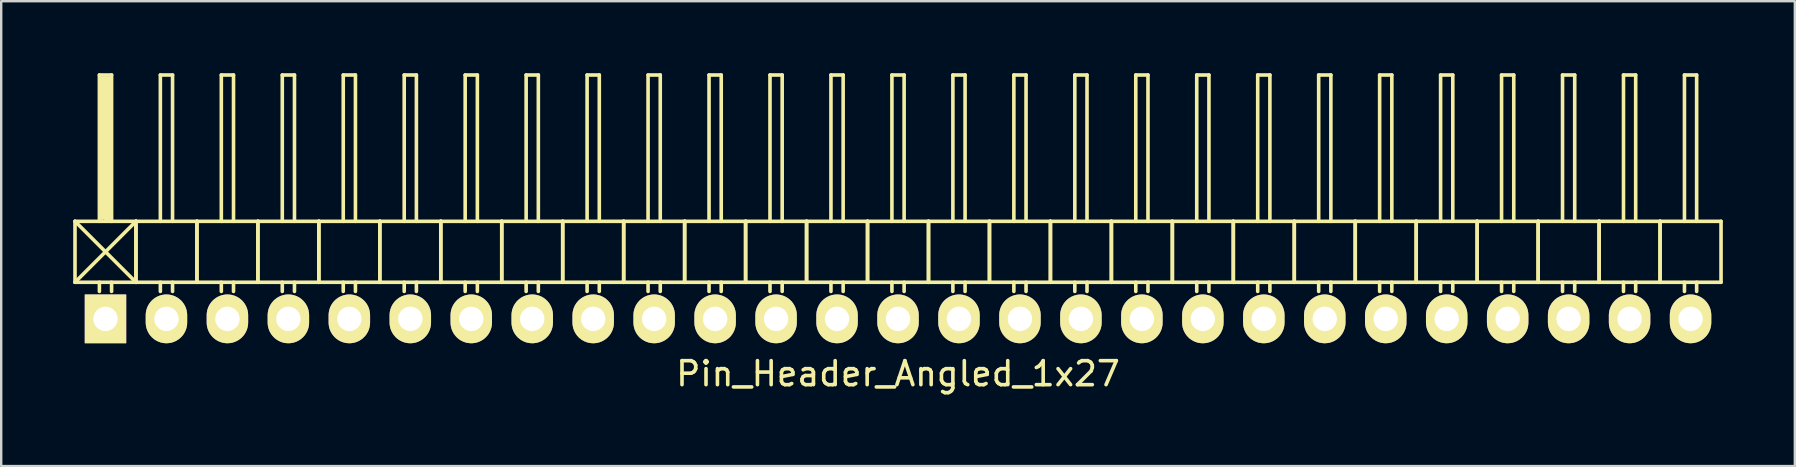
<source format=kicad_pcb>
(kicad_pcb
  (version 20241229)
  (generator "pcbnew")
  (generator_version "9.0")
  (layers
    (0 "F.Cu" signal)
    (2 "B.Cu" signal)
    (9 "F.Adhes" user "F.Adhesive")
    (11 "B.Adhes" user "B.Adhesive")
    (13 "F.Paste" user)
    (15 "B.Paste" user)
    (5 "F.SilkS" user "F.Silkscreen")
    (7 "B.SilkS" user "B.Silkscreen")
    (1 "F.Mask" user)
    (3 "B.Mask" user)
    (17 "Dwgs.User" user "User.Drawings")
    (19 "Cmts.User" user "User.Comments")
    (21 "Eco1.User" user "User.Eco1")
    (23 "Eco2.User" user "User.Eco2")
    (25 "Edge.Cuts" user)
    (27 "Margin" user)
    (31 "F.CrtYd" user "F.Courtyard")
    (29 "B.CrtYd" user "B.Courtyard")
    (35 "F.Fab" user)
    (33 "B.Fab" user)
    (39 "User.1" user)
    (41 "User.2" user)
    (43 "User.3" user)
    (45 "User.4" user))
  (footprint "Pin_Header_Angled_1x27"
    (layer "F.Cu")
    (at 34.365 10.235)
    (property "Reference" "Pin_Header_Angled_1x27" (at 0 2.286 0) (layer "F.SilkS") (effects (font (size 1 1) (thickness 0.15))))
    (attr through_hole)
    (fp_line (start -34.29 -4.064) (end -31.75 -1.524) (stroke (width 0.15) (type solid)) (layer "F.SilkS"))
    (fp_line (start -34.29 -1.524) (end -34.29 -4.064) (stroke (width 0.15) (type solid)) (layer "F.SilkS"))
    (fp_line (start -34.29 -1.524) (end -31.75 -1.524) (stroke (width 0.15) (type solid)) (layer "F.SilkS"))
    (fp_line (start -33.274 -10.16) (end -32.766 -10.16) (stroke (width 0.15) (type solid)) (layer "F.SilkS"))
    (fp_line (start -33.274 -4.064) (end -33.274 -10.16) (stroke (width 0.15) (type solid)) (layer "F.SilkS"))
    (fp_line (start -33.274 -1.524) (end -33.274 -1.143) (stroke (width 0.15) (type solid)) (layer "F.SilkS"))
    (fp_line (start -33.147 -10.033) (end -32.893 -10.033) (stroke (width 0.15) (type solid)) (layer "F.SilkS"))
    (fp_line (start -33.147 -4.191) (end -33.147 -10.033) (stroke (width 0.15) (type solid)) (layer "F.SilkS"))
    (fp_line (start -33.02 -4.191) (end -33.02 -10.033) (stroke (width 0.15) (type solid)) (layer "F.SilkS"))
    (fp_line (start -32.893 -10.033) (end -32.893 -4.191) (stroke (width 0.15) (type solid)) (layer "F.SilkS"))
    (fp_line (start -32.893 -4.191) (end -33.02 -4.191) (stroke (width 0.15) (type solid)) (layer "F.SilkS"))
    (fp_line (start -32.766 -10.16) (end -32.766 -4.064) (stroke (width 0.15) (type solid)) (layer "F.SilkS"))
    (fp_line (start -32.766 -1.524) (end -32.766 -1.143) (stroke (width 0.15) (type solid)) (layer "F.SilkS"))
    (fp_line (start -31.75 -4.064) (end -34.29 -4.064) (stroke (width 0.15) (type solid)) (layer "F.SilkS"))
    (fp_line (start -31.75 -4.064) (end -34.29 -1.524) (stroke (width 0.15) (type solid)) (layer "F.SilkS"))
    (fp_line (start -31.75 -1.524) (end -31.75 -4.064) (stroke (width 0.15) (type solid)) (layer "F.SilkS"))
    (fp_line (start -31.75 -1.524) (end -31.75 -4.064) (stroke (width 0.15) (type solid)) (layer "F.SilkS"))
    (fp_line (start -31.75 -1.524) (end -29.21 -1.524) (stroke (width 0.15) (type solid)) (layer "F.SilkS"))
    (fp_line (start -30.734 -10.16) (end -30.226 -10.16) (stroke (width 0.15) (type solid)) (layer "F.SilkS"))
    (fp_line (start -30.734 -4.064) (end -30.734 -10.16) (stroke (width 0.15) (type solid)) (layer "F.SilkS"))
    (fp_line (start -30.734 -1.524) (end -30.734 -1.143) (stroke (width 0.15) (type solid)) (layer "F.SilkS"))
    (fp_line (start -30.226 -10.16) (end -30.226 -4.064) (stroke (width 0.15) (type solid)) (layer "F.SilkS"))
    (fp_line (start -30.226 -1.524) (end -30.226 -1.143) (stroke (width 0.15) (type solid)) (layer "F.SilkS"))
    (fp_line (start -29.21 -4.064) (end -31.75 -4.064) (stroke (width 0.15) (type solid)) (layer "F.SilkS"))
    (fp_line (start -29.21 -1.524) (end -29.21 -4.064) (stroke (width 0.15) (type solid)) (layer "F.SilkS"))
    (fp_line (start -29.21 -1.524) (end -29.21 -4.064) (stroke (width 0.15) (type solid)) (layer "F.SilkS"))
    (fp_line (start -29.21 -1.524) (end -26.67 -1.524) (stroke (width 0.15) (type solid)) (layer "F.SilkS"))
    (fp_line (start -28.194 -10.16) (end -27.686 -10.16) (stroke (width 0.15) (type solid)) (layer "F.SilkS"))
    (fp_line (start -28.194 -4.064) (end -28.194 -10.16) (stroke (width 0.15) (type solid)) (layer "F.SilkS"))
    (fp_line (start -28.194 -1.524) (end -28.194 -1.143) (stroke (width 0.15) (type solid)) (layer "F.SilkS"))
    (fp_line (start -27.686 -10.16) (end -27.686 -4.064) (stroke (width 0.15) (type solid)) (layer "F.SilkS"))
    (fp_line (start -27.686 -1.524) (end -27.686 -1.143) (stroke (width 0.15) (type solid)) (layer "F.SilkS"))
    (fp_line (start -26.67 -4.064) (end -29.21 -4.064) (stroke (width 0.15) (type solid)) (layer "F.SilkS"))
    (fp_line (start -26.67 -1.524) (end -26.67 -4.064) (stroke (width 0.15) (type solid)) (layer "F.SilkS"))
    (fp_line (start -26.67 -1.524) (end -26.67 -4.064) (stroke (width 0.15) (type solid)) (layer "F.SilkS"))
    (fp_line (start -26.67 -1.524) (end -24.13 -1.524) (stroke (width 0.15) (type solid)) (layer "F.SilkS"))
    (fp_line (start -25.654 -10.16) (end -25.146 -10.16) (stroke (width 0.15) (type solid)) (layer "F.SilkS"))
    (fp_line (start -25.654 -4.064) (end -25.654 -10.16) (stroke (width 0.15) (type solid)) (layer "F.SilkS"))
    (fp_line (start -25.654 -1.524) (end -25.654 -1.143) (stroke (width 0.15) (type solid)) (layer "F.SilkS"))
    (fp_line (start -25.146 -10.16) (end -25.146 -4.064) (stroke (width 0.15) (type solid)) (layer "F.SilkS"))
    (fp_line (start -25.146 -1.524) (end -25.146 -1.143) (stroke (width 0.15) (type solid)) (layer "F.SilkS"))
    (fp_line (start -24.13 -4.064) (end -26.67 -4.064) (stroke (width 0.15) (type solid)) (layer "F.SilkS"))
    (fp_line (start -24.13 -1.524) (end -24.13 -4.064) (stroke (width 0.15) (type solid)) (layer "F.SilkS"))
    (fp_line (start -24.13 -1.524) (end -24.13 -4.064) (stroke (width 0.15) (type solid)) (layer "F.SilkS"))
    (fp_line (start -24.13 -1.524) (end -21.59 -1.524) (stroke (width 0.15) (type solid)) (layer "F.SilkS"))
    (fp_line (start -23.114 -10.16) (end -22.606 -10.16) (stroke (width 0.15) (type solid)) (layer "F.SilkS"))
    (fp_line (start -23.114 -4.064) (end -23.114 -10.16) (stroke (width 0.15) (type solid)) (layer "F.SilkS"))
    (fp_line (start -23.114 -1.524) (end -23.114 -1.143) (stroke (width 0.15) (type solid)) (layer "F.SilkS"))
    (fp_line (start -22.606 -10.16) (end -22.606 -4.064) (stroke (width 0.15) (type solid)) (layer "F.SilkS"))
    (fp_line (start -22.606 -1.524) (end -22.606 -1.143) (stroke (width 0.15) (type solid)) (layer "F.SilkS"))
    (fp_line (start -21.59 -4.064) (end -24.13 -4.064) (stroke (width 0.15) (type solid)) (layer "F.SilkS"))
    (fp_line (start -21.59 -1.524) (end -21.59 -4.064) (stroke (width 0.15) (type solid)) (layer "F.SilkS"))
    (fp_line (start -21.59 -1.524) (end -21.59 -4.064) (stroke (width 0.15) (type solid)) (layer "F.SilkS"))
    (fp_line (start -21.59 -1.524) (end -19.05 -1.524) (stroke (width 0.15) (type solid)) (layer "F.SilkS"))
    (fp_line (start -20.574 -10.16) (end -20.066 -10.16) (stroke (width 0.15) (type solid)) (layer "F.SilkS"))
    (fp_line (start -20.574 -4.064) (end -20.574 -10.16) (stroke (width 0.15) (type solid)) (layer "F.SilkS"))
    (fp_line (start -20.574 -1.524) (end -20.574 -1.143) (stroke (width 0.15) (type solid)) (layer "F.SilkS"))
    (fp_line (start -20.066 -10.16) (end -20.066 -4.064) (stroke (width 0.15) (type solid)) (layer "F.SilkS"))
    (fp_line (start -20.066 -1.524) (end -20.066 -1.143) (stroke (width 0.15) (type solid)) (layer "F.SilkS"))
    (fp_line (start -19.05 -4.064) (end -21.59 -4.064) (stroke (width 0.15) (type solid)) (layer "F.SilkS"))
    (fp_line (start -19.05 -1.524) (end -19.05 -4.064) (stroke (width 0.15) (type solid)) (layer "F.SilkS"))
    (fp_line (start -19.05 -1.524) (end -19.05 -4.064) (stroke (width 0.15) (type solid)) (layer "F.SilkS"))
    (fp_line (start -19.05 -1.524) (end -16.51 -1.524) (stroke (width 0.15) (type solid)) (layer "F.SilkS"))
    (fp_line (start -18.034 -10.16) (end -17.526 -10.16) (stroke (width 0.15) (type solid)) (layer "F.SilkS"))
    (fp_line (start -18.034 -4.064) (end -18.034 -10.16) (stroke (width 0.15) (type solid)) (layer "F.SilkS"))
    (fp_line (start -18.034 -1.524) (end -18.034 -1.143) (stroke (width 0.15) (type solid)) (layer "F.SilkS"))
    (fp_line (start -17.526 -10.16) (end -17.526 -4.064) (stroke (width 0.15) (type solid)) (layer "F.SilkS"))
    (fp_line (start -17.526 -1.524) (end -17.526 -1.143) (stroke (width 0.15) (type solid)) (layer "F.SilkS"))
    (fp_line (start -16.51 -4.064) (end -19.05 -4.064) (stroke (width 0.15) (type solid)) (layer "F.SilkS"))
    (fp_line (start -16.51 -1.524) (end -16.51 -4.064) (stroke (width 0.15) (type solid)) (layer "F.SilkS"))
    (fp_line (start -16.51 -1.524) (end -16.51 -4.064) (stroke (width 0.15) (type solid)) (layer "F.SilkS"))
    (fp_line (start -16.51 -1.524) (end -13.97 -1.524) (stroke (width 0.15) (type solid)) (layer "F.SilkS"))
    (fp_line (start -15.494 -10.16) (end -14.986 -10.16) (stroke (width 0.15) (type solid)) (layer "F.SilkS"))
    (fp_line (start -15.494 -4.064) (end -15.494 -10.16) (stroke (width 0.15) (type solid)) (layer "F.SilkS"))
    (fp_line (start -15.494 -1.524) (end -15.494 -1.143) (stroke (width 0.15) (type solid)) (layer "F.SilkS"))
    (fp_line (start -14.986 -10.16) (end -14.986 -4.064) (stroke (width 0.15) (type solid)) (layer "F.SilkS"))
    (fp_line (start -14.986 -1.524) (end -14.986 -1.143) (stroke (width 0.15) (type solid)) (layer "F.SilkS"))
    (fp_line (start -13.97 -4.064) (end -16.51 -4.064) (stroke (width 0.15) (type solid)) (layer "F.SilkS"))
    (fp_line (start -13.97 -1.524) (end -13.97 -4.064) (stroke (width 0.15) (type solid)) (layer "F.SilkS"))
    (fp_line (start -13.97 -1.524) (end -13.97 -4.064) (stroke (width 0.15) (type solid)) (layer "F.SilkS"))
    (fp_line (start -13.97 -1.524) (end -11.43 -1.524) (stroke (width 0.15) (type solid)) (layer "F.SilkS"))
    (fp_line (start -12.954 -10.16) (end -12.446 -10.16) (stroke (width 0.15) (type solid)) (layer "F.SilkS"))
    (fp_line (start -12.954 -4.064) (end -12.954 -10.16) (stroke (width 0.15) (type solid)) (layer "F.SilkS"))
    (fp_line (start -12.954 -1.524) (end -12.954 -1.143) (stroke (width 0.15) (type solid)) (layer "F.SilkS"))
    (fp_line (start -12.446 -10.16) (end -12.446 -4.064) (stroke (width 0.15) (type solid)) (layer "F.SilkS"))
    (fp_line (start -12.446 -1.524) (end -12.446 -1.143) (stroke (width 0.15) (type solid)) (layer "F.SilkS"))
    (fp_line (start -11.43 -4.064) (end -13.97 -4.064) (stroke (width 0.15) (type solid)) (layer "F.SilkS"))
    (fp_line (start -11.43 -1.524) (end -11.43 -4.064) (stroke (width 0.15) (type solid)) (layer "F.SilkS"))
    (fp_line (start -11.43 -1.524) (end -11.43 -4.064) (stroke (width 0.15) (type solid)) (layer "F.SilkS"))
    (fp_line (start -11.43 -1.524) (end -8.89 -1.524) (stroke (width 0.15) (type solid)) (layer "F.SilkS"))
    (fp_line (start -10.414 -10.16) (end -9.906 -10.16) (stroke (width 0.15) (type solid)) (layer "F.SilkS"))
    (fp_line (start -10.414 -4.064) (end -10.414 -10.16) (stroke (width 0.15) (type solid)) (layer "F.SilkS"))
    (fp_line (start -10.414 -1.524) (end -10.414 -1.143) (stroke (width 0.15) (type solid)) (layer "F.SilkS"))
    (fp_line (start -9.906 -10.16) (end -9.906 -4.064) (stroke (width 0.15) (type solid)) (layer "F.SilkS"))
    (fp_line (start -9.906 -1.524) (end -9.906 -1.143) (stroke (width 0.15) (type solid)) (layer "F.SilkS"))
    (fp_line (start -8.89 -4.064) (end -11.43 -4.064) (stroke (width 0.15) (type solid)) (layer "F.SilkS"))
    (fp_line (start -8.89 -1.524) (end -8.89 -4.064) (stroke (width 0.15) (type solid)) (layer "F.SilkS"))
    (fp_line (start -8.89 -1.524) (end -8.89 -4.064) (stroke (width 0.15) (type solid)) (layer "F.SilkS"))
    (fp_line (start -8.89 -1.524) (end -6.35 -1.524) (stroke (width 0.15) (type solid)) (layer "F.SilkS"))
    (fp_line (start -7.874 -10.16) (end -7.366 -10.16) (stroke (width 0.15) (type solid)) (layer "F.SilkS"))
    (fp_line (start -7.874 -4.064) (end -7.874 -10.16) (stroke (width 0.15) (type solid)) (layer "F.SilkS"))
    (fp_line (start -7.874 -1.524) (end -7.874 -1.143) (stroke (width 0.15) (type solid)) (layer "F.SilkS"))
    (fp_line (start -7.366 -10.16) (end -7.366 -4.064) (stroke (width 0.15) (type solid)) (layer "F.SilkS"))
    (fp_line (start -7.366 -1.524) (end -7.366 -1.143) (stroke (width 0.15) (type solid)) (layer "F.SilkS"))
    (fp_line (start -6.35 -4.064) (end -8.89 -4.064) (stroke (width 0.15) (type solid)) (layer "F.SilkS"))
    (fp_line (start -6.35 -1.524) (end -6.35 -4.064) (stroke (width 0.15) (type solid)) (layer "F.SilkS"))
    (fp_line (start -6.35 -1.524) (end -6.35 -4.064) (stroke (width 0.15) (type solid)) (layer "F.SilkS"))
    (fp_line (start -6.35 -1.524) (end -3.81 -1.524) (stroke (width 0.15) (type solid)) (layer "F.SilkS"))
    (fp_line (start -5.334 -10.16) (end -4.826 -10.16) (stroke (width 0.15) (type solid)) (layer "F.SilkS"))
    (fp_line (start -5.334 -4.064) (end -5.334 -10.16) (stroke (width 0.15) (type solid)) (layer "F.SilkS"))
    (fp_line (start -5.334 -1.524) (end -5.334 -1.143) (stroke (width 0.15) (type solid)) (layer "F.SilkS"))
    (fp_line (start -4.826 -10.16) (end -4.826 -4.064) (stroke (width 0.15) (type solid)) (layer "F.SilkS"))
    (fp_line (start -4.826 -1.524) (end -4.826 -1.143) (stroke (width 0.15) (type solid)) (layer "F.SilkS"))
    (fp_line (start -3.81 -4.064) (end -6.35 -4.064) (stroke (width 0.15) (type solid)) (layer "F.SilkS"))
    (fp_line (start -3.81 -1.524) (end -3.81 -4.064) (stroke (width 0.15) (type solid)) (layer "F.SilkS"))
    (fp_line (start -3.81 -1.524) (end -3.81 -4.064) (stroke (width 0.15) (type solid)) (layer "F.SilkS"))
    (fp_line (start -3.81 -1.524) (end -1.27 -1.524) (stroke (width 0.15) (type solid)) (layer "F.SilkS"))
    (fp_line (start -2.794 -10.16) (end -2.286 -10.16) (stroke (width 0.15) (type solid)) (layer "F.SilkS"))
    (fp_line (start -2.794 -4.064) (end -2.794 -10.16) (stroke (width 0.15) (type solid)) (layer "F.SilkS"))
    (fp_line (start -2.794 -1.524) (end -2.794 -1.143) (stroke (width 0.15) (type solid)) (layer "F.SilkS"))
    (fp_line (start -2.286 -10.16) (end -2.286 -4.064) (stroke (width 0.15) (type solid)) (layer "F.SilkS"))
    (fp_line (start -2.286 -1.524) (end -2.286 -1.143) (stroke (width 0.15) (type solid)) (layer "F.SilkS"))
    (fp_line (start -1.27 -4.064) (end -3.81 -4.064) (stroke (width 0.15) (type solid)) (layer "F.SilkS"))
    (fp_line (start -1.27 -1.524) (end -1.27 -4.064) (stroke (width 0.15) (type solid)) (layer "F.SilkS"))
    (fp_line (start -1.27 -1.524) (end -1.27 -4.064) (stroke (width 0.15) (type solid)) (layer "F.SilkS"))
    (fp_line (start -1.27 -1.524) (end 1.27 -1.524) (stroke (width 0.15) (type solid)) (layer "F.SilkS"))
    (fp_line (start -0.254 -10.16) (end 0.254 -10.16) (stroke (width 0.15) (type solid)) (layer "F.SilkS"))
    (fp_line (start -0.254 -4.064) (end -0.254 -10.16) (stroke (width 0.15) (type solid)) (layer "F.SilkS"))
    (fp_line (start -0.254 -1.524) (end -0.254 -1.143) (stroke (width 0.15) (type solid)) (layer "F.SilkS"))
    (fp_line (start 0.254 -10.16) (end 0.254 -4.064) (stroke (width 0.15) (type solid)) (layer "F.SilkS"))
    (fp_line (start 0.254 -1.524) (end 0.254 -1.143) (stroke (width 0.15) (type solid)) (layer "F.SilkS"))
    (fp_line (start 1.27 -4.064) (end -1.27 -4.064) (stroke (width 0.15) (type solid)) (layer "F.SilkS"))
    (fp_line (start 1.27 -1.524) (end 1.27 -4.064) (stroke (width 0.15) (type solid)) (layer "F.SilkS"))
    (fp_line (start 1.27 -1.524) (end 1.27 -4.064) (stroke (width 0.15) (type solid)) (layer "F.SilkS"))
    (fp_line (start 1.27 -1.524) (end 3.81 -1.524) (stroke (width 0.15) (type solid)) (layer "F.SilkS"))
    (fp_line (start 2.286 -10.16) (end 2.794 -10.16) (stroke (width 0.15) (type solid)) (layer "F.SilkS"))
    (fp_line (start 2.286 -4.064) (end 2.286 -10.16) (stroke (width 0.15) (type solid)) (layer "F.SilkS"))
    (fp_line (start 2.286 -1.524) (end 2.286 -1.143) (stroke (width 0.15) (type solid)) (layer "F.SilkS"))
    (fp_line (start 2.794 -10.16) (end 2.794 -4.064) (stroke (width 0.15) (type solid)) (layer "F.SilkS"))
    (fp_line (start 2.794 -1.524) (end 2.794 -1.143) (stroke (width 0.15) (type solid)) (layer "F.SilkS"))
    (fp_line (start 3.81 -4.064) (end 1.27 -4.064) (stroke (width 0.15) (type solid)) (layer "F.SilkS"))
    (fp_line (start 3.81 -1.524) (end 3.81 -4.064) (stroke (width 0.15) (type solid)) (layer "F.SilkS"))
    (fp_line (start 3.81 -1.524) (end 3.81 -4.064) (stroke (width 0.15) (type solid)) (layer "F.SilkS"))
    (fp_line (start 3.81 -1.524) (end 6.35 -1.524) (stroke (width 0.15) (type solid)) (layer "F.SilkS"))
    (fp_line (start 4.826 -10.16) (end 5.334 -10.16) (stroke (width 0.15) (type solid)) (layer "F.SilkS"))
    (fp_line (start 4.826 -4.064) (end 4.826 -10.16) (stroke (width 0.15) (type solid)) (layer "F.SilkS"))
    (fp_line (start 4.826 -1.524) (end 4.826 -1.143) (stroke (width 0.15) (type solid)) (layer "F.SilkS"))
    (fp_line (start 5.334 -10.16) (end 5.334 -4.064) (stroke (width 0.15) (type solid)) (layer "F.SilkS"))
    (fp_line (start 5.334 -1.524) (end 5.334 -1.143) (stroke (width 0.15) (type solid)) (layer "F.SilkS"))
    (fp_line (start 6.35 -4.064) (end 3.81 -4.064) (stroke (width 0.15) (type solid)) (layer "F.SilkS"))
    (fp_line (start 6.35 -1.524) (end 6.35 -4.064) (stroke (width 0.15) (type solid)) (layer "F.SilkS"))
    (fp_line (start 6.35 -1.524) (end 6.35 -4.064) (stroke (width 0.15) (type solid)) (layer "F.SilkS"))
    (fp_line (start 6.35 -1.524) (end 8.89 -1.524) (stroke (width 0.15) (type solid)) (layer "F.SilkS"))
    (fp_line (start 7.366 -10.16) (end 7.874 -10.16) (stroke (width 0.15) (type solid)) (layer "F.SilkS"))
    (fp_line (start 7.366 -4.064) (end 7.366 -10.16) (stroke (width 0.15) (type solid)) (layer "F.SilkS"))
    (fp_line (start 7.366 -1.524) (end 7.366 -1.143) (stroke (width 0.15) (type solid)) (layer "F.SilkS"))
    (fp_line (start 7.874 -10.16) (end 7.874 -4.064) (stroke (width 0.15) (type solid)) (layer "F.SilkS"))
    (fp_line (start 7.874 -1.524) (end 7.874 -1.143) (stroke (width 0.15) (type solid)) (layer "F.SilkS"))
    (fp_line (start 8.89 -4.064) (end 6.35 -4.064) (stroke (width 0.15) (type solid)) (layer "F.SilkS"))
    (fp_line (start 8.89 -1.524) (end 8.89 -4.064) (stroke (width 0.15) (type solid)) (layer "F.SilkS"))
    (fp_line (start 8.89 -1.524) (end 8.89 -4.064) (stroke (width 0.15) (type solid)) (layer "F.SilkS"))
    (fp_line (start 8.89 -1.524) (end 11.43 -1.524) (stroke (width 0.15) (type solid)) (layer "F.SilkS"))
    (fp_line (start 9.906 -10.16) (end 10.414 -10.16) (stroke (width 0.15) (type solid)) (layer "F.SilkS"))
    (fp_line (start 9.906 -4.064) (end 9.906 -10.16) (stroke (width 0.15) (type solid)) (layer "F.SilkS"))
    (fp_line (start 9.906 -1.524) (end 9.906 -1.143) (stroke (width 0.15) (type solid)) (layer "F.SilkS"))
    (fp_line (start 10.414 -10.16) (end 10.414 -4.064) (stroke (width 0.15) (type solid)) (layer "F.SilkS"))
    (fp_line (start 10.414 -1.524) (end 10.414 -1.143) (stroke (width 0.15) (type solid)) (layer "F.SilkS"))
    (fp_line (start 11.43 -4.064) (end 8.89 -4.064) (stroke (width 0.15) (type solid)) (layer "F.SilkS"))
    (fp_line (start 11.43 -1.524) (end 11.43 -4.064) (stroke (width 0.15) (type solid)) (layer "F.SilkS"))
    (fp_line (start 11.43 -1.524) (end 11.43 -4.064) (stroke (width 0.15) (type solid)) (layer "F.SilkS"))
    (fp_line (start 11.43 -1.524) (end 13.97 -1.524) (stroke (width 0.15) (type solid)) (layer "F.SilkS"))
    (fp_line (start 12.446 -10.16) (end 12.954 -10.16) (stroke (width 0.15) (type solid)) (layer "F.SilkS"))
    (fp_line (start 12.446 -4.064) (end 12.446 -10.16) (stroke (width 0.15) (type solid)) (layer "F.SilkS"))
    (fp_line (start 12.446 -1.524) (end 12.446 -1.143) (stroke (width 0.15) (type solid)) (layer "F.SilkS"))
    (fp_line (start 12.954 -10.16) (end 12.954 -4.064) (stroke (width 0.15) (type solid)) (layer "F.SilkS"))
    (fp_line (start 12.954 -1.524) (end 12.954 -1.143) (stroke (width 0.15) (type solid)) (layer "F.SilkS"))
    (fp_line (start 13.97 -4.064) (end 11.43 -4.064) (stroke (width 0.15) (type solid)) (layer "F.SilkS"))
    (fp_line (start 13.97 -1.524) (end 13.97 -4.064) (stroke (width 0.15) (type solid)) (layer "F.SilkS"))
    (fp_line (start 13.97 -1.524) (end 13.97 -4.064) (stroke (width 0.15) (type solid)) (layer "F.SilkS"))
    (fp_line (start 13.97 -1.524) (end 16.51 -1.524) (stroke (width 0.15) (type solid)) (layer "F.SilkS"))
    (fp_line (start 14.986 -10.16) (end 15.494 -10.16) (stroke (width 0.15) (type solid)) (layer "F.SilkS"))
    (fp_line (start 14.986 -4.064) (end 14.986 -10.16) (stroke (width 0.15) (type solid)) (layer "F.SilkS"))
    (fp_line (start 14.986 -1.524) (end 14.986 -1.143) (stroke (width 0.15) (type solid)) (layer "F.SilkS"))
    (fp_line (start 15.494 -10.16) (end 15.494 -4.064) (stroke (width 0.15) (type solid)) (layer "F.SilkS"))
    (fp_line (start 15.494 -1.524) (end 15.494 -1.143) (stroke (width 0.15) (type solid)) (layer "F.SilkS"))
    (fp_line (start 16.51 -4.064) (end 13.97 -4.064) (stroke (width 0.15) (type solid)) (layer "F.SilkS"))
    (fp_line (start 16.51 -1.524) (end 16.51 -4.064) (stroke (width 0.15) (type solid)) (layer "F.SilkS"))
    (fp_line (start 16.51 -1.524) (end 16.51 -4.064) (stroke (width 0.15) (type solid)) (layer "F.SilkS"))
    (fp_line (start 16.51 -1.524) (end 19.05 -1.524) (stroke (width 0.15) (type solid)) (layer "F.SilkS"))
    (fp_line (start 17.526 -10.16) (end 18.034 -10.16) (stroke (width 0.15) (type solid)) (layer "F.SilkS"))
    (fp_line (start 17.526 -4.064) (end 17.526 -10.16) (stroke (width 0.15) (type solid)) (layer "F.SilkS"))
    (fp_line (start 17.526 -1.524) (end 17.526 -1.143) (stroke (width 0.15) (type solid)) (layer "F.SilkS"))
    (fp_line (start 18.034 -10.16) (end 18.034 -4.064) (stroke (width 0.15) (type solid)) (layer "F.SilkS"))
    (fp_line (start 18.034 -1.524) (end 18.034 -1.143) (stroke (width 0.15) (type solid)) (layer "F.SilkS"))
    (fp_line (start 19.05 -4.064) (end 16.51 -4.064) (stroke (width 0.15) (type solid)) (layer "F.SilkS"))
    (fp_line (start 19.05 -1.524) (end 19.05 -4.064) (stroke (width 0.15) (type solid)) (layer "F.SilkS"))
    (fp_line (start 19.05 -1.524) (end 19.05 -4.064) (stroke (width 0.15) (type solid)) (layer "F.SilkS"))
    (fp_line (start 19.05 -1.524) (end 21.59 -1.524) (stroke (width 0.15) (type solid)) (layer "F.SilkS"))
    (fp_line (start 20.066 -10.16) (end 20.574 -10.16) (stroke (width 0.15) (type solid)) (layer "F.SilkS"))
    (fp_line (start 20.066 -4.064) (end 20.066 -10.16) (stroke (width 0.15) (type solid)) (layer "F.SilkS"))
    (fp_line (start 20.066 -1.524) (end 20.066 -1.143) (stroke (width 0.15) (type solid)) (layer "F.SilkS"))
    (fp_line (start 20.574 -10.16) (end 20.574 -4.064) (stroke (width 0.15) (type solid)) (layer "F.SilkS"))
    (fp_line (start 20.574 -1.524) (end 20.574 -1.143) (stroke (width 0.15) (type solid)) (layer "F.SilkS"))
    (fp_line (start 21.59 -4.064) (end 19.05 -4.064) (stroke (width 0.15) (type solid)) (layer "F.SilkS"))
    (fp_line (start 21.59 -1.524) (end 21.59 -4.064) (stroke (width 0.15) (type solid)) (layer "F.SilkS"))
    (fp_line (start 21.59 -1.524) (end 21.59 -4.064) (stroke (width 0.15) (type solid)) (layer "F.SilkS"))
    (fp_line (start 21.59 -1.524) (end 24.13 -1.524) (stroke (width 0.15) (type solid)) (layer "F.SilkS"))
    (fp_line (start 22.606 -10.16) (end 23.114 -10.16) (stroke (width 0.15) (type solid)) (layer "F.SilkS"))
    (fp_line (start 22.606 -4.064) (end 22.606 -10.16) (stroke (width 0.15) (type solid)) (layer "F.SilkS"))
    (fp_line (start 22.606 -1.524) (end 22.606 -1.143) (stroke (width 0.15) (type solid)) (layer "F.SilkS"))
    (fp_line (start 23.114 -10.16) (end 23.114 -4.064) (stroke (width 0.15) (type solid)) (layer "F.SilkS"))
    (fp_line (start 23.114 -1.524) (end 23.114 -1.143) (stroke (width 0.15) (type solid)) (layer "F.SilkS"))
    (fp_line (start 24.13 -4.064) (end 21.59 -4.064) (stroke (width 0.15) (type solid)) (layer "F.SilkS"))
    (fp_line (start 24.13 -1.524) (end 24.13 -4.064) (stroke (width 0.15) (type solid)) (layer "F.SilkS"))
    (fp_line (start 24.13 -1.524) (end 24.13 -4.064) (stroke (width 0.15) (type solid)) (layer "F.SilkS"))
    (fp_line (start 24.13 -1.524) (end 26.67 -1.524) (stroke (width 0.15) (type solid)) (layer "F.SilkS"))
    (fp_line (start 25.146 -10.16) (end 25.654 -10.16) (stroke (width 0.15) (type solid)) (layer "F.SilkS"))
    (fp_line (start 25.146 -4.064) (end 25.146 -10.16) (stroke (width 0.15) (type solid)) (layer "F.SilkS"))
    (fp_line (start 25.146 -1.524) (end 25.146 -1.143) (stroke (width 0.15) (type solid)) (layer "F.SilkS"))
    (fp_line (start 25.654 -10.16) (end 25.654 -4.064) (stroke (width 0.15) (type solid)) (layer "F.SilkS"))
    (fp_line (start 25.654 -1.524) (end 25.654 -1.143) (stroke (width 0.15) (type solid)) (layer "F.SilkS"))
    (fp_line (start 26.67 -4.064) (end 24.13 -4.064) (stroke (width 0.15) (type solid)) (layer "F.SilkS"))
    (fp_line (start 26.67 -1.524) (end 26.67 -4.064) (stroke (width 0.15) (type solid)) (layer "F.SilkS"))
    (fp_line (start 26.67 -1.524) (end 26.67 -4.064) (stroke (width 0.15) (type solid)) (layer "F.SilkS"))
    (fp_line (start 26.67 -1.524) (end 29.21 -1.524) (stroke (width 0.15) (type solid)) (layer "F.SilkS"))
    (fp_line (start 27.686 -10.16) (end 28.194 -10.16) (stroke (width 0.15) (type solid)) (layer "F.SilkS"))
    (fp_line (start 27.686 -4.064) (end 27.686 -10.16) (stroke (width 0.15) (type solid)) (layer "F.SilkS"))
    (fp_line (start 27.686 -1.524) (end 27.686 -1.143) (stroke (width 0.15) (type solid)) (layer "F.SilkS"))
    (fp_line (start 28.194 -10.16) (end 28.194 -4.064) (stroke (width 0.15) (type solid)) (layer "F.SilkS"))
    (fp_line (start 28.194 -1.524) (end 28.194 -1.143) (stroke (width 0.15) (type solid)) (layer "F.SilkS"))
    (fp_line (start 29.21 -4.064) (end 26.67 -4.064) (stroke (width 0.15) (type solid)) (layer "F.SilkS"))
    (fp_line (start 29.21 -1.524) (end 29.21 -4.064) (stroke (width 0.15) (type solid)) (layer "F.SilkS"))
    (fp_line (start 29.21 -1.524) (end 29.21 -4.064) (stroke (width 0.15) (type solid)) (layer "F.SilkS"))
    (fp_line (start 29.21 -1.524) (end 31.75 -1.524) (stroke (width 0.15) (type solid)) (layer "F.SilkS"))
    (fp_line (start 30.226 -10.16) (end 30.734 -10.16) (stroke (width 0.15) (type solid)) (layer "F.SilkS"))
    (fp_line (start 30.226 -4.064) (end 30.226 -10.16) (stroke (width 0.15) (type solid)) (layer "F.SilkS"))
    (fp_line (start 30.226 -1.524) (end 30.226 -1.143) (stroke (width 0.15) (type solid)) (layer "F.SilkS"))
    (fp_line (start 30.734 -10.16) (end 30.734 -4.064) (stroke (width 0.15) (type solid)) (layer "F.SilkS"))
    (fp_line (start 30.734 -1.524) (end 30.734 -1.143) (stroke (width 0.15) (type solid)) (layer "F.SilkS"))
    (fp_line (start 31.75 -4.064) (end 29.21 -4.064) (stroke (width 0.15) (type solid)) (layer "F.SilkS"))
    (fp_line (start 31.75 -1.524) (end 31.75 -4.064) (stroke (width 0.15) (type solid)) (layer "F.SilkS"))
    (fp_line (start 31.75 -1.524) (end 31.75 -4.064) (stroke (width 0.15) (type solid)) (layer "F.SilkS"))
    (fp_line (start 31.75 -1.524) (end 34.29 -1.524) (stroke (width 0.15) (type solid)) (layer "F.SilkS"))
    (fp_line (start 32.766 -10.16) (end 33.274 -10.16) (stroke (width 0.15) (type solid)) (layer "F.SilkS"))
    (fp_line (start 32.766 -4.064) (end 32.766 -10.16) (stroke (width 0.15) (type solid)) (layer "F.SilkS"))
    (fp_line (start 32.766 -1.524) (end 32.766 -1.143) (stroke (width 0.15) (type solid)) (layer "F.SilkS"))
    (fp_line (start 33.274 -10.16) (end 33.274 -4.064) (stroke (width 0.15) (type solid)) (layer "F.SilkS"))
    (fp_line (start 33.274 -1.524) (end 33.274 -1.143) (stroke (width 0.15) (type solid)) (layer "F.SilkS"))
    (fp_line (start 34.29 -4.064) (end 31.75 -4.064) (stroke (width 0.15) (type solid)) (layer "F.SilkS"))
    (fp_line (start 34.29 -1.524) (end 34.29 -4.064) (stroke (width 0.15) (type solid)) (layer "F.SilkS"))
    (pad "1" thru_hole rect (at -33.02 0) (size 1.727 2.032) (drill 1.016) (layers "*.Cu" "*.Mask" "F.SilkS"))
    (pad "2" thru_hole oval (at -30.48 0) (size 1.727 2.032) (drill 1.016) (layers "*.Cu" "*.Mask" "F.SilkS"))
    (pad "3" thru_hole oval (at -27.94 0) (size 1.727 2.032) (drill 1.016) (layers "*.Cu" "*.Mask" "F.SilkS"))
    (pad "4" thru_hole oval (at -25.4 0) (size 1.727 2.032) (drill 1.016) (layers "*.Cu" "*.Mask" "F.SilkS"))
    (pad "5" thru_hole oval (at -22.86 0) (size 1.727 2.032) (drill 1.016) (layers "*.Cu" "*.Mask" "F.SilkS"))
    (pad "6" thru_hole oval (at -20.32 0) (size 1.727 2.032) (drill 1.016) (layers "*.Cu" "*.Mask" "F.SilkS"))
    (pad "7" thru_hole oval (at -17.78 0) (size 1.727 2.032) (drill 1.016) (layers "*.Cu" "*.Mask" "F.SilkS"))
    (pad "8" thru_hole oval (at -15.24 0) (size 1.727 2.032) (drill 1.016) (layers "*.Cu" "*.Mask" "F.SilkS"))
    (pad "9" thru_hole oval (at -12.7 0) (size 1.727 2.032) (drill 1.016) (layers "*.Cu" "*.Mask" "F.SilkS"))
    (pad "10" thru_hole oval (at -10.16 0) (size 1.727 2.032) (drill 1.016) (layers "*.Cu" "*.Mask" "F.SilkS"))
    (pad "11" thru_hole oval (at -7.62 0) (size 1.727 2.032) (drill 1.016) (layers "*.Cu" "*.Mask" "F.SilkS"))
    (pad "12" thru_hole oval (at -5.08 0) (size 1.727 2.032) (drill 1.016) (layers "*.Cu" "*.Mask" "F.SilkS"))
    (pad "13" thru_hole oval (at -2.54 0) (size 1.727 2.032) (drill 1.016) (layers "*.Cu" "*.Mask" "F.SilkS"))
    (pad "14" thru_hole oval (at 0 0) (size 1.727 2.032) (drill 1.016) (layers "*.Cu" "*.Mask" "F.SilkS"))
    (pad "15" thru_hole oval (at 2.54 0) (size 1.727 2.032) (drill 1.016) (layers "*.Cu" "*.Mask" "F.SilkS"))
    (pad "16" thru_hole oval (at 5.08 0) (size 1.727 2.032) (drill 1.016) (layers "*.Cu" "*.Mask" "F.SilkS"))
    (pad "17" thru_hole oval (at 7.62 0) (size 1.727 2.032) (drill 1.016) (layers "*.Cu" "*.Mask" "F.SilkS"))
    (pad "18" thru_hole oval (at 10.16 0) (size 1.727 2.032) (drill 1.016) (layers "*.Cu" "*.Mask" "F.SilkS"))
    (pad "19" thru_hole oval (at 12.7 0) (size 1.727 2.032) (drill 1.016) (layers "*.Cu" "*.Mask" "F.SilkS"))
    (pad "20" thru_hole oval (at 15.24 0) (size 1.727 2.032) (drill 1.016) (layers "*.Cu" "*.Mask" "F.SilkS"))
    (pad "21" thru_hole oval (at 17.78 0) (size 1.727 2.032) (drill 1.016) (layers "*.Cu" "*.Mask" "F.SilkS"))
    (pad "22" thru_hole oval (at 20.32 0) (size 1.727 2.032) (drill 1.016) (layers "*.Cu" "*.Mask" "F.SilkS"))
    (pad "23" thru_hole oval (at 22.86 0) (size 1.727 2.032) (drill 1.016) (layers "*.Cu" "*.Mask" "F.SilkS"))
    (pad "24" thru_hole oval (at 25.4 0) (size 1.727 2.032) (drill 1.016) (layers "*.Cu" "*.Mask" "F.SilkS"))
    (pad "25" thru_hole oval (at 27.94 0) (size 1.727 2.032) (drill 1.016) (layers "*.Cu" "*.Mask" "F.SilkS"))
    (pad "26" thru_hole oval (at 30.48 0) (size 1.727 2.032) (drill 1.016) (layers "*.Cu" "*.Mask" "F.SilkS"))
    (pad "27" thru_hole oval (at 33.02 0) (size 1.727 2.032) (drill 1.016) (layers "*.Cu" "*.Mask" "F.SilkS")))
  (gr_rect
    (start -3 -3)
    (end 71.73 16.369)
    (stroke (width 0.1) (type default))
    (fill no)
    (layer "Edge.Cuts")))
</source>
